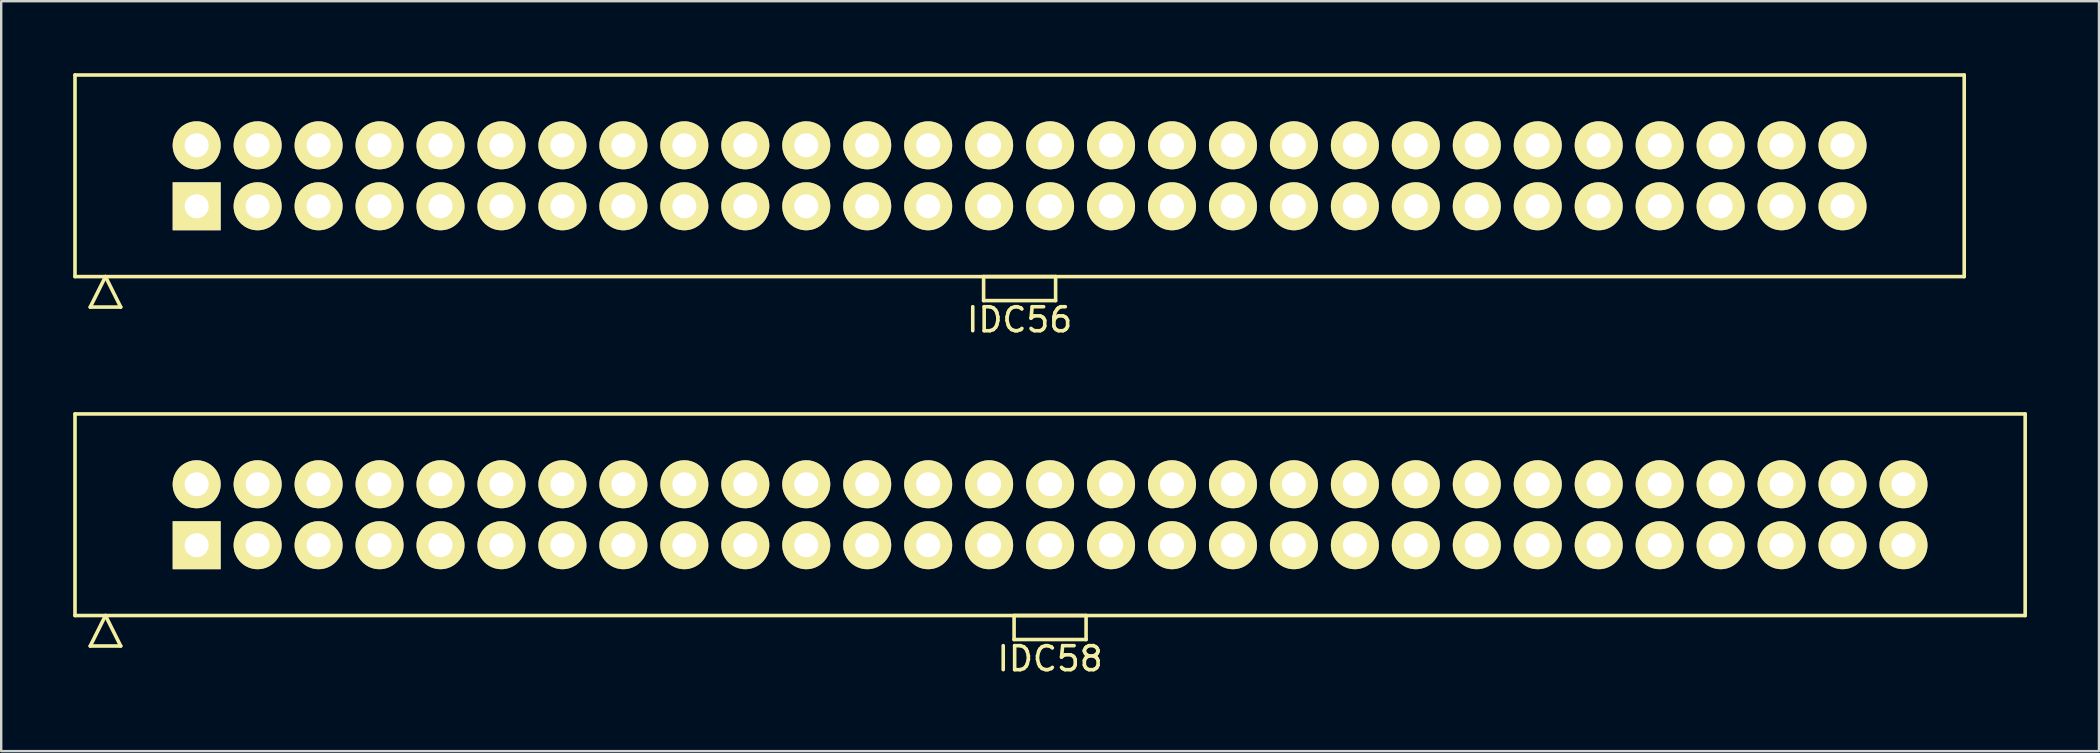
<source format=kicad_pcb>
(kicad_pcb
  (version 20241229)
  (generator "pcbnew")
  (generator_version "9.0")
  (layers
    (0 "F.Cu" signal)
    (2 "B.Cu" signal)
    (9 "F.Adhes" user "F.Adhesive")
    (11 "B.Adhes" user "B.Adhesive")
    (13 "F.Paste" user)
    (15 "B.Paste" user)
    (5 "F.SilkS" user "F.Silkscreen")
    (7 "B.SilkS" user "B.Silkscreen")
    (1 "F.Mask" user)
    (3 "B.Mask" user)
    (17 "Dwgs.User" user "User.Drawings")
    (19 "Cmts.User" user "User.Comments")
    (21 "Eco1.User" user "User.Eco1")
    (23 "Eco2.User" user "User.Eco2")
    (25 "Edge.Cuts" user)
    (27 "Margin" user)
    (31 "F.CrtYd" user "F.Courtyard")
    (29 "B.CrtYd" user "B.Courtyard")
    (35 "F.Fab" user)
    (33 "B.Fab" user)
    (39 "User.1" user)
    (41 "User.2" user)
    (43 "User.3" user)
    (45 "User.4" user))
  (footprint "IDC56"
    (layer "F.Cu")
    (at 39.435 4.275)
    (property "Reference" "IDC56" (at 0 6 0) (layer "F.SilkS") (effects (font (size 1 1) (thickness 0.15))))
    (attr through_hole)
    (fp_line (start -39.36 -4.2) (end -39.36 4.2) (stroke (width 0.15) (type solid)) (layer "F.SilkS"))
    (fp_line (start -39.36 4.2) (end 39.36 4.2) (stroke (width 0.15) (type solid)) (layer "F.SilkS"))
    (fp_line (start -38.725 5.47) (end -38.09 4.2) (stroke (width 0.15) (type solid)) (layer "F.SilkS"))
    (fp_line (start -38.725 5.47) (end -37.455 5.47) (stroke (width 0.15) (type solid)) (layer "F.SilkS"))
    (fp_line (start -37.455 5.47) (end -38.09 4.2) (stroke (width 0.15) (type solid)) (layer "F.SilkS"))
    (fp_line (start -1.5 4.2) (end -1.5 5.2) (stroke (width 0.15) (type solid)) (layer "F.SilkS"))
    (fp_line (start -1.5 5.2) (end 1.5 5.2) (stroke (width 0.15) (type solid)) (layer "F.SilkS"))
    (fp_line (start 1.5 4.2) (end -1.5 4.2) (stroke (width 0.15) (type solid)) (layer "F.SilkS"))
    (fp_line (start 1.5 5.2) (end 1.5 4.2) (stroke (width 0.15) (type solid)) (layer "F.SilkS"))
    (fp_line (start 39.36 -4.2) (end -39.36 -4.2) (stroke (width 0.15) (type solid)) (layer "F.SilkS"))
    (fp_line (start 39.36 4.2) (end 39.36 -4.2) (stroke (width 0.15) (type solid)) (layer "F.SilkS"))
    (pad "1" thru_hole rect (at -34.29 1.27) (size 2 2) (drill 1) (layers "*.Cu" "*.Mask" "F.SilkS"))
    (pad "2" thru_hole circle (at -34.29 -1.27) (size 2 2) (drill 1) (layers "*.Cu" "*.Mask" "F.SilkS"))
    (pad "3" thru_hole circle (at -31.75 1.27) (size 2 2) (drill 1) (layers "*.Cu" "*.Mask" "F.SilkS"))
    (pad "4" thru_hole circle (at -31.75 -1.27) (size 2 2) (drill 1) (layers "*.Cu" "*.Mask" "F.SilkS"))
    (pad "5" thru_hole circle (at -29.21 1.27) (size 2 2) (drill 1) (layers "*.Cu" "*.Mask" "F.SilkS"))
    (pad "6" thru_hole circle (at -29.21 -1.27) (size 2 2) (drill 1) (layers "*.Cu" "*.Mask" "F.SilkS"))
    (pad "7" thru_hole circle (at -26.67 1.27) (size 2 2) (drill 1) (layers "*.Cu" "*.Mask" "F.SilkS"))
    (pad "8" thru_hole circle (at -26.67 -1.27) (size 2 2) (drill 1) (layers "*.Cu" "*.Mask" "F.SilkS"))
    (pad "9" thru_hole circle (at -24.13 1.27) (size 2 2) (drill 1) (layers "*.Cu" "*.Mask" "F.SilkS"))
    (pad "10" thru_hole circle (at -24.13 -1.27) (size 2 2) (drill 1) (layers "*.Cu" "*.Mask" "F.SilkS"))
    (pad "11" thru_hole circle (at -21.59 1.27) (size 2 2) (drill 1) (layers "*.Cu" "*.Mask" "F.SilkS"))
    (pad "12" thru_hole circle (at -21.59 -1.27) (size 2 2) (drill 1) (layers "*.Cu" "*.Mask" "F.SilkS"))
    (pad "13" thru_hole circle (at -19.05 1.27) (size 2 2) (drill 1) (layers "*.Cu" "*.Mask" "F.SilkS"))
    (pad "14" thru_hole circle (at -19.05 -1.27) (size 2 2) (drill 1) (layers "*.Cu" "*.Mask" "F.SilkS"))
    (pad "15" thru_hole circle (at -16.51 1.27) (size 2 2) (drill 1) (layers "*.Cu" "*.Mask" "F.SilkS"))
    (pad "16" thru_hole circle (at -16.51 -1.27) (size 2 2) (drill 1) (layers "*.Cu" "*.Mask" "F.SilkS"))
    (pad "17" thru_hole circle (at -13.97 1.27) (size 2 2) (drill 1) (layers "*.Cu" "*.Mask" "F.SilkS"))
    (pad "18" thru_hole circle (at -13.97 -1.27) (size 2 2) (drill 1) (layers "*.Cu" "*.Mask" "F.SilkS"))
    (pad "19" thru_hole circle (at -11.43 1.27) (size 2 2) (drill 1) (layers "*.Cu" "*.Mask" "F.SilkS"))
    (pad "20" thru_hole circle (at -11.43 -1.27) (size 2 2) (drill 1) (layers "*.Cu" "*.Mask" "F.SilkS"))
    (pad "21" thru_hole circle (at -8.89 1.27) (size 2 2) (drill 1) (layers "*.Cu" "*.Mask" "F.SilkS"))
    (pad "22" thru_hole circle (at -8.89 -1.27) (size 2 2) (drill 1) (layers "*.Cu" "*.Mask" "F.SilkS"))
    (pad "23" thru_hole circle (at -6.35 1.27) (size 2 2) (drill 1) (layers "*.Cu" "*.Mask" "F.SilkS"))
    (pad "24" thru_hole circle (at -6.35 -1.27) (size 2 2) (drill 1) (layers "*.Cu" "*.Mask" "F.SilkS"))
    (pad "25" thru_hole circle (at -3.81 1.27) (size 2 2) (drill 1) (layers "*.Cu" "*.Mask" "F.SilkS"))
    (pad "26" thru_hole circle (at -3.81 -1.27) (size 2 2) (drill 1) (layers "*.Cu" "*.Mask" "F.SilkS"))
    (pad "27" thru_hole circle (at -1.27 1.27) (size 2 2) (drill 1) (layers "*.Cu" "*.Mask" "F.SilkS"))
    (pad "28" thru_hole circle (at -1.27 -1.27) (size 2 2) (drill 1) (layers "*.Cu" "*.Mask" "F.SilkS"))
    (pad "29" thru_hole circle (at 1.27 1.27) (size 2 2) (drill 1) (layers "*.Cu" "*.Mask" "F.SilkS"))
    (pad "30" thru_hole circle (at 1.27 -1.27) (size 2 2) (drill 1) (layers "*.Cu" "*.Mask" "F.SilkS"))
    (pad "31" thru_hole circle (at 3.81 1.27) (size 2 2) (drill 1) (layers "*.Cu" "*.Mask" "F.SilkS"))
    (pad "32" thru_hole circle (at 3.81 -1.27) (size 2 2) (drill 1) (layers "*.Cu" "*.Mask" "F.SilkS"))
    (pad "33" thru_hole circle (at 6.35 1.27) (size 2 2) (drill 1) (layers "*.Cu" "*.Mask" "F.SilkS"))
    (pad "34" thru_hole circle (at 6.35 -1.27) (size 2 2) (drill 1) (layers "*.Cu" "*.Mask" "F.SilkS"))
    (pad "35" thru_hole circle (at 8.89 1.27) (size 2 2) (drill 1) (layers "*.Cu" "*.Mask" "F.SilkS"))
    (pad "36" thru_hole circle (at 8.89 -1.27) (size 2 2) (drill 1) (layers "*.Cu" "*.Mask" "F.SilkS"))
    (pad "37" thru_hole circle (at 11.43 1.27) (size 2 2) (drill 1) (layers "*.Cu" "*.Mask" "F.SilkS"))
    (pad "38" thru_hole circle (at 11.43 -1.27) (size 2 2) (drill 1) (layers "*.Cu" "*.Mask" "F.SilkS"))
    (pad "39" thru_hole circle (at 13.97 1.27) (size 2 2) (drill 1) (layers "*.Cu" "*.Mask" "F.SilkS"))
    (pad "40" thru_hole circle (at 13.97 -1.27) (size 2 2) (drill 1) (layers "*.Cu" "*.Mask" "F.SilkS"))
    (pad "41" thru_hole circle (at 16.51 1.27) (size 2 2) (drill 1) (layers "*.Cu" "*.Mask" "F.SilkS"))
    (pad "42" thru_hole circle (at 16.51 -1.27) (size 2 2) (drill 1) (layers "*.Cu" "*.Mask" "F.SilkS"))
    (pad "43" thru_hole circle (at 19.05 1.27) (size 2 2) (drill 1) (layers "*.Cu" "*.Mask" "F.SilkS"))
    (pad "44" thru_hole circle (at 19.05 -1.27) (size 2 2) (drill 1) (layers "*.Cu" "*.Mask" "F.SilkS"))
    (pad "45" thru_hole circle (at 21.59 1.27) (size 2 2) (drill 1) (layers "*.Cu" "*.Mask" "F.SilkS"))
    (pad "46" thru_hole circle (at 21.59 -1.27) (size 2 2) (drill 1) (layers "*.Cu" "*.Mask" "F.SilkS"))
    (pad "47" thru_hole circle (at 24.13 1.27) (size 2 2) (drill 1) (layers "*.Cu" "*.Mask" "F.SilkS"))
    (pad "48" thru_hole circle (at 24.13 -1.27) (size 2 2) (drill 1) (layers "*.Cu" "*.Mask" "F.SilkS"))
    (pad "49" thru_hole circle (at 26.67 1.27) (size 2 2) (drill 1) (layers "*.Cu" "*.Mask" "F.SilkS"))
    (pad "50" thru_hole circle (at 26.67 -1.27) (size 2 2) (drill 1) (layers "*.Cu" "*.Mask" "F.SilkS"))
    (pad "51" thru_hole circle (at 29.21 1.27) (size 2 2) (drill 1) (layers "*.Cu" "*.Mask" "F.SilkS"))
    (pad "52" thru_hole circle (at 29.21 -1.27) (size 2 2) (drill 1) (layers "*.Cu" "*.Mask" "F.SilkS"))
    (pad "53" thru_hole circle (at 31.75 1.27) (size 2 2) (drill 1) (layers "*.Cu" "*.Mask" "F.SilkS"))
    (pad "54" thru_hole circle (at 31.75 -1.27) (size 2 2) (drill 1) (layers "*.Cu" "*.Mask" "F.SilkS"))
    (pad "55" thru_hole circle (at 34.29 1.27) (size 2 2) (drill 1) (layers "*.Cu" "*.Mask" "F.SilkS"))
    (pad "56" thru_hole circle (at 34.29 -1.27) (size 2 2) (drill 1) (layers "*.Cu" "*.Mask" "F.SilkS")))
  (footprint "IDC58"
    (layer "F.Cu")
    (at 40.705 18.398)
    (property "Reference" "IDC58" (at 0 6 0) (layer "F.SilkS") (effects (font (size 1 1) (thickness 0.15))))
    (attr through_hole)
    (fp_line (start -40.63 -4.2) (end -40.63 4.2) (stroke (width 0.15) (type solid)) (layer "F.SilkS"))
    (fp_line (start -40.63 4.2) (end 40.63 4.2) (stroke (width 0.15) (type solid)) (layer "F.SilkS"))
    (fp_line (start -39.995 5.47) (end -39.36 4.2) (stroke (width 0.15) (type solid)) (layer "F.SilkS"))
    (fp_line (start -39.995 5.47) (end -38.725 5.47) (stroke (width 0.15) (type solid)) (layer "F.SilkS"))
    (fp_line (start -38.725 5.47) (end -39.36 4.2) (stroke (width 0.15) (type solid)) (layer "F.SilkS"))
    (fp_line (start -1.5 4.2) (end -1.5 5.2) (stroke (width 0.15) (type solid)) (layer "F.SilkS"))
    (fp_line (start -1.5 5.2) (end 1.5 5.2) (stroke (width 0.15) (type solid)) (layer "F.SilkS"))
    (fp_line (start 1.5 4.2) (end -1.5 4.2) (stroke (width 0.15) (type solid)) (layer "F.SilkS"))
    (fp_line (start 1.5 5.2) (end 1.5 4.2) (stroke (width 0.15) (type solid)) (layer "F.SilkS"))
    (fp_line (start 40.63 -4.2) (end -40.63 -4.2) (stroke (width 0.15) (type solid)) (layer "F.SilkS"))
    (fp_line (start 40.63 4.2) (end 40.63 -4.2) (stroke (width 0.15) (type solid)) (layer "F.SilkS"))
    (pad "1" thru_hole rect (at -35.56 1.27) (size 2 2) (drill 1) (layers "*.Cu" "*.Mask" "F.SilkS"))
    (pad "2" thru_hole circle (at -35.56 -1.27) (size 2 2) (drill 1) (layers "*.Cu" "*.Mask" "F.SilkS"))
    (pad "3" thru_hole circle (at -33.02 1.27) (size 2 2) (drill 1) (layers "*.Cu" "*.Mask" "F.SilkS"))
    (pad "4" thru_hole circle (at -33.02 -1.27) (size 2 2) (drill 1) (layers "*.Cu" "*.Mask" "F.SilkS"))
    (pad "5" thru_hole circle (at -30.48 1.27) (size 2 2) (drill 1) (layers "*.Cu" "*.Mask" "F.SilkS"))
    (pad "6" thru_hole circle (at -30.48 -1.27) (size 2 2) (drill 1) (layers "*.Cu" "*.Mask" "F.SilkS"))
    (pad "7" thru_hole circle (at -27.94 1.27) (size 2 2) (drill 1) (layers "*.Cu" "*.Mask" "F.SilkS"))
    (pad "8" thru_hole circle (at -27.94 -1.27) (size 2 2) (drill 1) (layers "*.Cu" "*.Mask" "F.SilkS"))
    (pad "9" thru_hole circle (at -25.4 1.27) (size 2 2) (drill 1) (layers "*.Cu" "*.Mask" "F.SilkS"))
    (pad "10" thru_hole circle (at -25.4 -1.27) (size 2 2) (drill 1) (layers "*.Cu" "*.Mask" "F.SilkS"))
    (pad "11" thru_hole circle (at -22.86 1.27) (size 2 2) (drill 1) (layers "*.Cu" "*.Mask" "F.SilkS"))
    (pad "12" thru_hole circle (at -22.86 -1.27) (size 2 2) (drill 1) (layers "*.Cu" "*.Mask" "F.SilkS"))
    (pad "13" thru_hole circle (at -20.32 1.27) (size 2 2) (drill 1) (layers "*.Cu" "*.Mask" "F.SilkS"))
    (pad "14" thru_hole circle (at -20.32 -1.27) (size 2 2) (drill 1) (layers "*.Cu" "*.Mask" "F.SilkS"))
    (pad "15" thru_hole circle (at -17.78 1.27) (size 2 2) (drill 1) (layers "*.Cu" "*.Mask" "F.SilkS"))
    (pad "16" thru_hole circle (at -17.78 -1.27) (size 2 2) (drill 1) (layers "*.Cu" "*.Mask" "F.SilkS"))
    (pad "17" thru_hole circle (at -15.24 1.27) (size 2 2) (drill 1) (layers "*.Cu" "*.Mask" "F.SilkS"))
    (pad "18" thru_hole circle (at -15.24 -1.27) (size 2 2) (drill 1) (layers "*.Cu" "*.Mask" "F.SilkS"))
    (pad "19" thru_hole circle (at -12.7 1.27) (size 2 2) (drill 1) (layers "*.Cu" "*.Mask" "F.SilkS"))
    (pad "20" thru_hole circle (at -12.7 -1.27) (size 2 2) (drill 1) (layers "*.Cu" "*.Mask" "F.SilkS"))
    (pad "21" thru_hole circle (at -10.16 1.27) (size 2 2) (drill 1) (layers "*.Cu" "*.Mask" "F.SilkS"))
    (pad "22" thru_hole circle (at -10.16 -1.27) (size 2 2) (drill 1) (layers "*.Cu" "*.Mask" "F.SilkS"))
    (pad "23" thru_hole circle (at -7.62 1.27) (size 2 2) (drill 1) (layers "*.Cu" "*.Mask" "F.SilkS"))
    (pad "24" thru_hole circle (at -7.62 -1.27) (size 2 2) (drill 1) (layers "*.Cu" "*.Mask" "F.SilkS"))
    (pad "25" thru_hole circle (at -5.08 1.27) (size 2 2) (drill 1) (layers "*.Cu" "*.Mask" "F.SilkS"))
    (pad "26" thru_hole circle (at -5.08 -1.27) (size 2 2) (drill 1) (layers "*.Cu" "*.Mask" "F.SilkS"))
    (pad "27" thru_hole circle (at -2.54 1.27) (size 2 2) (drill 1) (layers "*.Cu" "*.Mask" "F.SilkS"))
    (pad "28" thru_hole circle (at -2.54 -1.27) (size 2 2) (drill 1) (layers "*.Cu" "*.Mask" "F.SilkS"))
    (pad "29" thru_hole circle (at 0 1.27) (size 2 2) (drill 1) (layers "*.Cu" "*.Mask" "F.SilkS"))
    (pad "30" thru_hole circle (at 0 -1.27) (size 2 2) (drill 1) (layers "*.Cu" "*.Mask" "F.SilkS"))
    (pad "31" thru_hole circle (at 2.54 1.27) (size 2 2) (drill 1) (layers "*.Cu" "*.Mask" "F.SilkS"))
    (pad "32" thru_hole circle (at 2.54 -1.27) (size 2 2) (drill 1) (layers "*.Cu" "*.Mask" "F.SilkS"))
    (pad "33" thru_hole circle (at 5.08 1.27) (size 2 2) (drill 1) (layers "*.Cu" "*.Mask" "F.SilkS"))
    (pad "34" thru_hole circle (at 5.08 -1.27) (size 2 2) (drill 1) (layers "*.Cu" "*.Mask" "F.SilkS"))
    (pad "35" thru_hole circle (at 7.62 1.27) (size 2 2) (drill 1) (layers "*.Cu" "*.Mask" "F.SilkS"))
    (pad "36" thru_hole circle (at 7.62 -1.27) (size 2 2) (drill 1) (layers "*.Cu" "*.Mask" "F.SilkS"))
    (pad "37" thru_hole circle (at 10.16 1.27) (size 2 2) (drill 1) (layers "*.Cu" "*.Mask" "F.SilkS"))
    (pad "38" thru_hole circle (at 10.16 -1.27) (size 2 2) (drill 1) (layers "*.Cu" "*.Mask" "F.SilkS"))
    (pad "39" thru_hole circle (at 12.7 1.27) (size 2 2) (drill 1) (layers "*.Cu" "*.Mask" "F.SilkS"))
    (pad "40" thru_hole circle (at 12.7 -1.27) (size 2 2) (drill 1) (layers "*.Cu" "*.Mask" "F.SilkS"))
    (pad "41" thru_hole circle (at 15.24 1.27) (size 2 2) (drill 1) (layers "*.Cu" "*.Mask" "F.SilkS"))
    (pad "42" thru_hole circle (at 15.24 -1.27) (size 2 2) (drill 1) (layers "*.Cu" "*.Mask" "F.SilkS"))
    (pad "43" thru_hole circle (at 17.78 1.27) (size 2 2) (drill 1) (layers "*.Cu" "*.Mask" "F.SilkS"))
    (pad "44" thru_hole circle (at 17.78 -1.27) (size 2 2) (drill 1) (layers "*.Cu" "*.Mask" "F.SilkS"))
    (pad "45" thru_hole circle (at 20.32 1.27) (size 2 2) (drill 1) (layers "*.Cu" "*.Mask" "F.SilkS"))
    (pad "46" thru_hole circle (at 20.32 -1.27) (size 2 2) (drill 1) (layers "*.Cu" "*.Mask" "F.SilkS"))
    (pad "47" thru_hole circle (at 22.86 1.27) (size 2 2) (drill 1) (layers "*.Cu" "*.Mask" "F.SilkS"))
    (pad "48" thru_hole circle (at 22.86 -1.27) (size 2 2) (drill 1) (layers "*.Cu" "*.Mask" "F.SilkS"))
    (pad "49" thru_hole circle (at 25.4 1.27) (size 2 2) (drill 1) (layers "*.Cu" "*.Mask" "F.SilkS"))
    (pad "50" thru_hole circle (at 25.4 -1.27) (size 2 2) (drill 1) (layers "*.Cu" "*.Mask" "F.SilkS"))
    (pad "51" thru_hole circle (at 27.94 1.27) (size 2 2) (drill 1) (layers "*.Cu" "*.Mask" "F.SilkS"))
    (pad "52" thru_hole circle (at 27.94 -1.27) (size 2 2) (drill 1) (layers "*.Cu" "*.Mask" "F.SilkS"))
    (pad "53" thru_hole circle (at 30.48 1.27) (size 2 2) (drill 1) (layers "*.Cu" "*.Mask" "F.SilkS"))
    (pad "54" thru_hole circle (at 30.48 -1.27) (size 2 2) (drill 1) (layers "*.Cu" "*.Mask" "F.SilkS"))
    (pad "55" thru_hole circle (at 33.02 1.27) (size 2 2) (drill 1) (layers "*.Cu" "*.Mask" "F.SilkS"))
    (pad "56" thru_hole circle (at 33.02 -1.27) (size 2 2) (drill 1) (layers "*.Cu" "*.Mask" "F.SilkS"))
    (pad "57" thru_hole circle (at 35.56 1.27) (size 2 2) (drill 1) (layers "*.Cu" "*.Mask" "F.SilkS"))
    (pad "58" thru_hole circle (at 35.56 -1.27) (size 2 2) (drill 1) (layers "*.Cu" "*.Mask" "F.SilkS")))
  (gr_rect
    (start -3 -3)
    (end 84.41 28.247)
    (stroke (width 0.1) (type default))
    (fill no)
    (layer "Edge.Cuts")))
</source>
